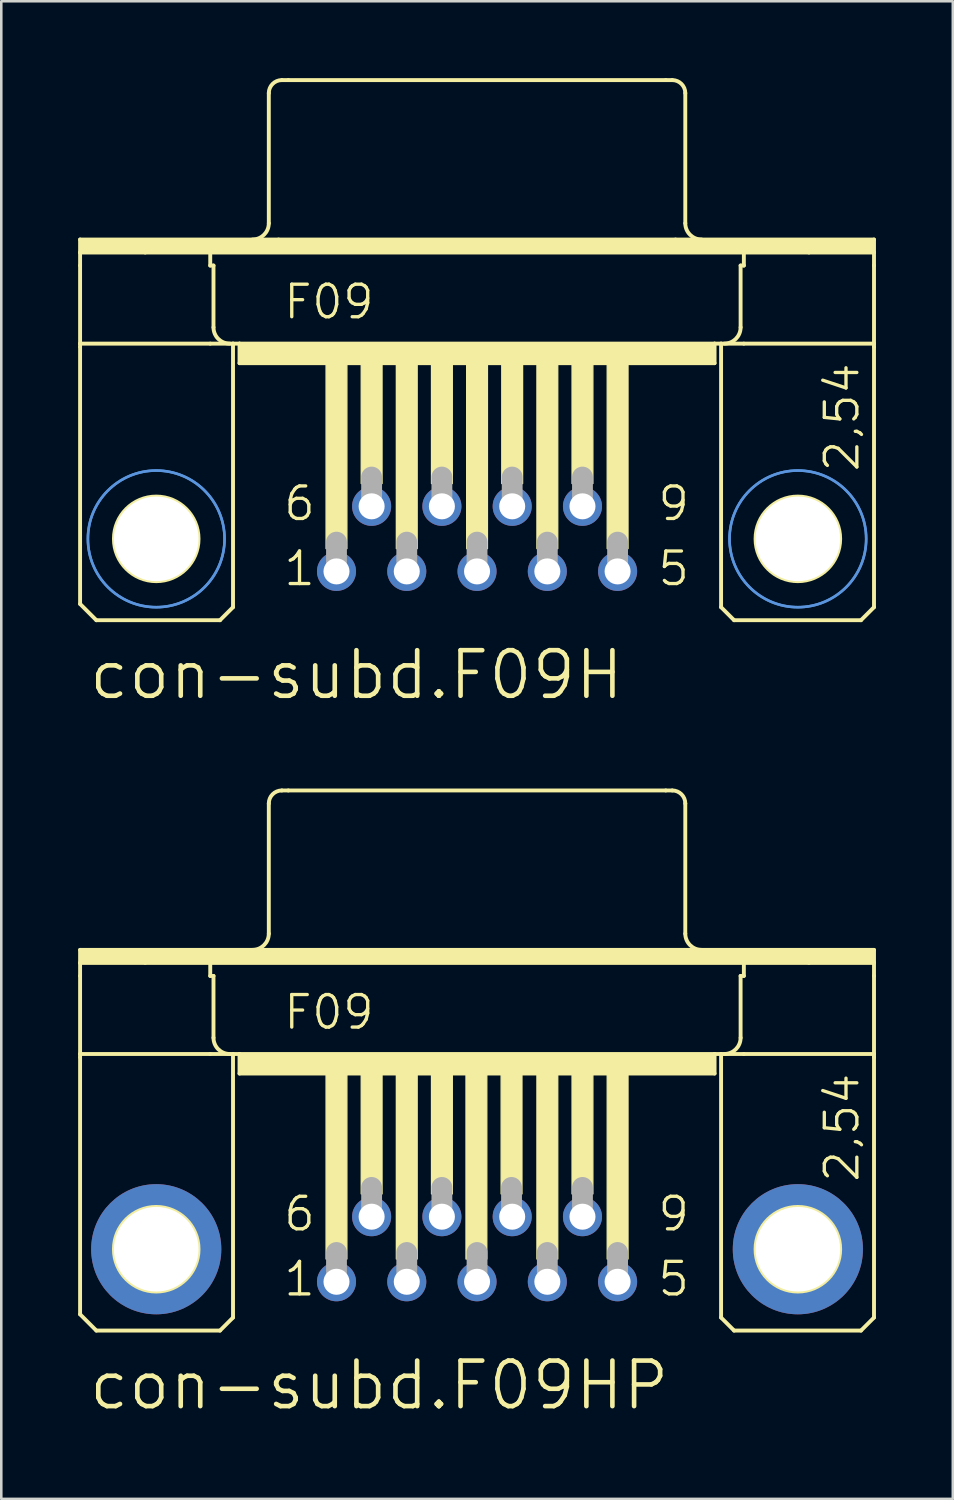
<source format=kicad_pcb>
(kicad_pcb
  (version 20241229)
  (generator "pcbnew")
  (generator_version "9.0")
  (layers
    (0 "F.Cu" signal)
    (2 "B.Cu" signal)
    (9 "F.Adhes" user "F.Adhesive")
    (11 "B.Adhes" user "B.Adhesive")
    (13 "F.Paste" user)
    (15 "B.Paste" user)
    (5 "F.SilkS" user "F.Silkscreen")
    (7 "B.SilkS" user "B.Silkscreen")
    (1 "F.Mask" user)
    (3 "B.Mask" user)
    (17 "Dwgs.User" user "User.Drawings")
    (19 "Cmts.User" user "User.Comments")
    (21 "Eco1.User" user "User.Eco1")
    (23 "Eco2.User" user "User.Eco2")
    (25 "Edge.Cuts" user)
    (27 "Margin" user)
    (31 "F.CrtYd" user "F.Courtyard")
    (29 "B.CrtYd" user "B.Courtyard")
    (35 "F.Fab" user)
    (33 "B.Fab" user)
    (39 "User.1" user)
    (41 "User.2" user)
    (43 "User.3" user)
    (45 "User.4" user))
  (footprint "con-subd.F09HP"
    (layer "F.Cu")
    (at 15.57 45.71)
    (property "Reference" "con-subd.F09HP" (at -15.24 6.35 0) (layer "F.SilkS") (effects (font (size 1.778 1.778) (thickness 0.18)) (justify left bottom)))
    (attr through_hole)
    (fp_line (start -15.494 -11.684) (end -7.747 -11.684) (stroke (width 0.152) (type default)) (layer "F.SilkS"))
    (fp_line (start -15.494 -11.176) (end -15.494 -11.684) (stroke (width 0.152) (type default)) (layer "F.SilkS"))
    (fp_line (start -15.494 -11.176) (end -12.954 -11.176) (stroke (width 0.152) (type default)) (layer "F.SilkS"))
    (fp_line (start -15.494 -10.668) (end -15.494 -11.176) (stroke (width 0.152) (type default)) (layer "F.SilkS"))
    (fp_line (start -15.494 -7.62) (end -15.494 -10.668) (stroke (width 0.152) (type default)) (layer "F.SilkS"))
    (fp_line (start -15.494 -7.62) (end -15.494 -7.493) (stroke (width 0.152) (type default)) (layer "F.SilkS"))
    (fp_line (start -15.494 -7.62) (end -10.414 -7.62) (stroke (width 0.152) (type default)) (layer "F.SilkS"))
    (fp_line (start -15.494 2.54) (end -15.494 -7.493) (stroke (width 0.152) (type default)) (layer "F.SilkS"))
    (fp_line (start -14.859 3.175) (end -15.494 2.54) (stroke (width 0.152) (type default)) (layer "F.SilkS"))
    (fp_line (start -12.954 -11.176) (end -10.414 -11.176) (stroke (width 0.152) (type default)) (layer "F.SilkS"))
    (fp_line (start -10.414 -11.176) (end 10.414 -11.176) (stroke (width 0.152) (type default)) (layer "F.SilkS"))
    (fp_line (start -10.414 -10.668) (end -10.414 -11.176) (stroke (width 0.152) (type default)) (layer "F.SilkS"))
    (fp_line (start -10.414 -10.668) (end -10.287 -10.668) (stroke (width 0.152) (type default)) (layer "F.SilkS"))
    (fp_line (start -10.414 -7.62) (end -9.525 -7.62) (stroke (width 0.152) (type default)) (layer "F.SilkS"))
    (fp_line (start -10.287 -8.255) (end -10.287 -10.668) (stroke (width 0.152) (type default)) (layer "F.SilkS"))
    (fp_line (start -10.033 3.175) (end -14.859 3.175) (stroke (width 0.152) (type default)) (layer "F.SilkS"))
    (fp_line (start -10.033 3.175) (end -9.525 2.667) (stroke (width 0.152) (type default)) (layer "F.SilkS"))
    (fp_line (start -9.525 -7.62) (end -9.271 -7.62) (stroke (width 0.152) (type default)) (layer "F.SilkS"))
    (fp_line (start -9.525 2.667) (end -9.525 -7.62) (stroke (width 0.152) (type default)) (layer "F.SilkS"))
    (fp_line (start -9.271 -7.62) (end -9.271 -6.858) (stroke (width 0.152) (type default)) (layer "F.SilkS"))
    (fp_line (start -9.271 -7.62) (end 9.271 -7.62) (stroke (width 0.152) (type default)) (layer "F.SilkS"))
    (fp_line (start -9.271 -6.858) (end 9.271 -6.858) (stroke (width 0.152) (type default)) (layer "F.SilkS"))
    (fp_line (start -8.128 -12.319) (end -8.128 -17.399) (stroke (width 0.152) (type default)) (layer "F.SilkS"))
    (fp_line (start -7.747 -11.684) (end 7.747 -11.684) (stroke (width 0.152) (type default)) (layer "F.SilkS"))
    (fp_line (start -7.62 -17.907) (end -7.366 -17.907) (stroke (width 0.152) (type default)) (layer "F.SilkS"))
    (fp_line (start -7.366 -17.907) (end 7.366 -17.907) (stroke (width 0.152) (type default)) (layer "F.SilkS"))
    (fp_line (start 7.366 -17.907) (end 7.62 -17.907) (stroke (width 0.152) (type default)) (layer "F.SilkS"))
    (fp_line (start 7.747 -11.684) (end 15.494 -11.684) (stroke (width 0.152) (type default)) (layer "F.SilkS"))
    (fp_line (start 8.128 -12.319) (end 8.128 -17.399) (stroke (width 0.152) (type default)) (layer "F.SilkS"))
    (fp_line (start 9.271 -7.62) (end 9.271 -6.858) (stroke (width 0.152) (type default)) (layer "F.SilkS"))
    (fp_line (start 9.271 -7.62) (end 9.525 -7.62) (stroke (width 0.152) (type default)) (layer "F.SilkS"))
    (fp_line (start 9.525 -7.62) (end 10.414 -7.62) (stroke (width 0.152) (type default)) (layer "F.SilkS"))
    (fp_line (start 9.525 2.667) (end 9.525 -7.62) (stroke (width 0.152) (type default)) (layer "F.SilkS"))
    (fp_line (start 9.525 2.667) (end 10.033 3.175) (stroke (width 0.152) (type default)) (layer "F.SilkS"))
    (fp_line (start 10.033 3.175) (end 14.986 3.175) (stroke (width 0.152) (type default)) (layer "F.SilkS"))
    (fp_line (start 10.287 -10.668) (end 10.414 -10.668) (stroke (width 0.152) (type default)) (layer "F.SilkS"))
    (fp_line (start 10.287 -8.255) (end 10.287 -10.668) (stroke (width 0.152) (type default)) (layer "F.SilkS"))
    (fp_line (start 10.414 -11.176) (end 12.954 -11.176) (stroke (width 0.152) (type default)) (layer "F.SilkS"))
    (fp_line (start 10.414 -10.668) (end 10.414 -11.176) (stroke (width 0.152) (type default)) (layer "F.SilkS"))
    (fp_line (start 10.414 -7.62) (end 15.494 -7.62) (stroke (width 0.152) (type default)) (layer "F.SilkS"))
    (fp_line (start 12.954 -11.176) (end 15.494 -11.176) (stroke (width 0.152) (type default)) (layer "F.SilkS"))
    (fp_line (start 14.986 3.175) (end 15.494 2.667) (stroke (width 0.152) (type default)) (layer "F.SilkS"))
    (fp_line (start 15.494 -11.684) (end 15.494 -11.176) (stroke (width 0.152) (type default)) (layer "F.SilkS"))
    (fp_line (start 15.494 -11.176) (end 15.494 -10.668) (stroke (width 0.152) (type default)) (layer "F.SilkS"))
    (fp_line (start 15.494 -10.668) (end 15.494 -7.62) (stroke (width 0.152) (type default)) (layer "F.SilkS"))
    (fp_line (start 15.494 -7.62) (end 15.494 -7.493) (stroke (width 0.152) (type default)) (layer "F.SilkS"))
    (fp_line (start 15.494 2.667) (end 15.494 -7.493) (stroke (width 0.152) (type default)) (layer "F.SilkS"))
    (fp_rect (start -15.494 -11.176) (end 15.494 -11.684) (stroke (width 0.05) (type default)) (fill yes) (layer "F.SilkS"))
    (fp_rect (start -9.271 -6.858) (end 9.271 -7.62) (stroke (width 0.05) (type default)) (fill yes) (layer "F.SilkS"))
    (fp_rect (start -5.893 0.381) (end -5.08 -6.858) (stroke (width 0.05) (type default)) (fill yes) (layer "F.SilkS"))
    (fp_rect (start -4.521 -2.159) (end -3.708 -6.858) (stroke (width 0.05) (type default)) (fill yes) (layer "F.SilkS"))
    (fp_rect (start -3.15 0.381) (end -2.337 -6.858) (stroke (width 0.05) (type default)) (fill yes) (layer "F.SilkS"))
    (fp_rect (start -1.778 -2.159) (end -0.965 -6.858) (stroke (width 0.05) (type default)) (fill yes) (layer "F.SilkS"))
    (fp_rect (start -0.432 0.381) (end 0.381 -6.858) (stroke (width 0.05) (type default)) (fill yes) (layer "F.SilkS"))
    (fp_rect (start 0.94 -2.159) (end 1.753 -6.858) (stroke (width 0.05) (type default)) (fill yes) (layer "F.SilkS"))
    (fp_rect (start 2.337 0.381) (end 3.15 -6.858) (stroke (width 0.05) (type default)) (fill yes) (layer "F.SilkS"))
    (fp_rect (start 3.708 -2.159) (end 4.521 -6.858) (stroke (width 0.05) (type default)) (fill yes) (layer "F.SilkS"))
    (fp_rect (start 5.08 0.381) (end 5.893 -6.858) (stroke (width 0.05) (type default)) (fill yes) (layer "F.SilkS"))
    (fp_arc (start -9.652 -7.62) (mid -10.101013 -7.805987) (end -10.287 -8.255) (stroke (width 0.1524) (type default)) (layer "F.SilkS"))
    (fp_arc (start -8.128 -17.399) (mid -7.97921 -17.75821) (end -7.62 -17.907) (stroke (width 0.1524) (type default)) (layer "F.SilkS"))
    (fp_arc (start -8.128 -12.319) (mid -8.313987 -11.869987) (end -8.763 -11.684) (stroke (width 0.1524) (type default)) (layer "F.SilkS"))
    (fp_arc (start 7.62 -17.907) (mid 7.97921 -17.75821) (end 8.128 -17.399) (stroke (width 0.1524) (type default)) (layer "F.SilkS"))
    (fp_arc (start 8.763 -11.684) (mid 8.313987 -11.869987) (end 8.128 -12.319) (stroke (width 0.1524) (type default)) (layer "F.SilkS"))
    (fp_arc (start 10.287 -8.255) (mid 10.101013 -7.805987) (end 9.652 -7.62) (stroke (width 0.1524) (type default)) (layer "F.SilkS"))
    (fp_circle (center -12.522 0) (end -10.871 0) (stroke (width 0.152) (type default)) (fill no) (layer "F.SilkS"))
    (fp_circle (center 12.522 0) (end 14.173 0) (stroke (width 0.152) (type default)) (fill no) (layer "F.SilkS"))
    (fp_line (start -5.486 1.143) (end -5.486 0.127) (stroke (width 0.813) (type default)) (layer "F.Fab"))
    (fp_line (start -4.115 -1.397) (end -4.115 -2.413) (stroke (width 0.813) (type default)) (layer "F.Fab"))
    (fp_line (start -2.743 1.143) (end -2.743 0.127) (stroke (width 0.813) (type default)) (layer "F.Fab"))
    (fp_line (start -1.372 -1.397) (end -1.372 -2.413) (stroke (width 0.813) (type default)) (layer "F.Fab"))
    (fp_line (start 0 1.143) (end 0 0.127) (stroke (width 0.813) (type default)) (layer "F.Fab"))
    (fp_line (start 1.346 -1.397) (end 1.346 -2.413) (stroke (width 0.813) (type default)) (layer "F.Fab"))
    (fp_line (start 2.743 1.143) (end 2.743 0.127) (stroke (width 0.813) (type default)) (layer "F.Fab"))
    (fp_line (start 4.115 -1.397) (end 4.115 -2.413) (stroke (width 0.813) (type default)) (layer "F.Fab"))
    (fp_line (start 5.486 1.143) (end 5.486 0.127) (stroke (width 0.813) (type default)) (layer "F.Fab"))
    (fp_text user "9" (at 6.985 -0.635 0) (layer "F.SilkS") (effects (font (size 1.27 1.27) (thickness 0.13)) (justify left bottom)))
    (fp_text user "6" (at -7.62 -0.635 0) (layer "F.SilkS") (effects (font (size 1.27 1.27) (thickness 0.13)) (justify left bottom)))
    (fp_text user "1" (at -7.62 1.905 0) (layer "F.SilkS") (effects (font (size 1.27 1.27) (thickness 0.13)) (justify left bottom)))
    (fp_text user "5" (at 6.985 1.905 0) (layer "F.SilkS") (effects (font (size 1.27 1.27) (thickness 0.13)) (justify left bottom)))
    (fp_text user "2,54" (at 14.986 -2.54 90) (layer "F.SilkS") (effects (font (size 1.27 1.27) (thickness 0.13)) (justify left bottom)))
    (fp_text user "F09" (at -7.62 -8.509 0) (layer "F.SilkS") (effects (font (size 1.27 1.27) (thickness 0.13)) (justify left bottom)))
    (pad "1" thru_hole circle (at -5.486 1.27) (size 1.524 1.524) (drill 1.016) (layers "*.Cu" "*.Mask"))
    (pad "2" thru_hole circle (at -2.743 1.27) (size 1.524 1.524) (drill 1.016) (layers "*.Cu" "*.Mask"))
    (pad "3" thru_hole circle (at 0 1.27) (size 1.524 1.524) (drill 1.016) (layers "*.Cu" "*.Mask"))
    (pad "4" thru_hole circle (at 2.743 1.27) (size 1.524 1.524) (drill 1.016) (layers "*.Cu" "*.Mask"))
    (pad "5" thru_hole circle (at 5.486 1.27) (size 1.524 1.524) (drill 1.016) (layers "*.Cu" "*.Mask"))
    (pad "6" thru_hole circle (at -4.115 -1.27) (size 1.524 1.524) (drill 1.016) (layers "*.Cu" "*.Mask"))
    (pad "7" thru_hole circle (at -1.372 -1.27) (size 1.524 1.524) (drill 1.016) (layers "*.Cu" "*.Mask"))
    (pad "8" thru_hole circle (at 1.372 -1.27) (size 1.524 1.524) (drill 1.016) (layers "*.Cu" "*.Mask"))
    (pad "9" thru_hole circle (at 4.115 -1.27) (size 1.524 1.524) (drill 1.016) (layers "*.Cu" "*.Mask"))
    (pad "G1" thru_hole circle (at -12.522 0) (size 5.08 5.08) (drill 3.302) (layers "*.Cu" "*.Mask"))
    (pad "G2" thru_hole circle (at 12.522 0) (size 5.08 5.08) (drill 3.302) (layers "*.Cu" "*.Mask")))
  (footprint "con-subd.F09H"
    (layer "F.Cu")
    (at 15.57 17.983)
    (property "Reference" "con-subd.F09H" (at -15.24 6.35 0) (layer "F.SilkS") (effects (font (size 1.778 1.778) (thickness 0.18)) (justify left bottom)))
    (attr through_hole)
    (fp_line (start -15.494 -11.684) (end -7.747 -11.684) (stroke (width 0.152) (type default)) (layer "F.SilkS"))
    (fp_line (start -15.494 -11.176) (end -15.494 -11.684) (stroke (width 0.152) (type default)) (layer "F.SilkS"))
    (fp_line (start -15.494 -11.176) (end -12.954 -11.176) (stroke (width 0.152) (type default)) (layer "F.SilkS"))
    (fp_line (start -15.494 -10.668) (end -15.494 -11.176) (stroke (width 0.152) (type default)) (layer "F.SilkS"))
    (fp_line (start -15.494 -7.62) (end -15.494 -10.668) (stroke (width 0.152) (type default)) (layer "F.SilkS"))
    (fp_line (start -15.494 -7.62) (end -15.494 -7.493) (stroke (width 0.152) (type default)) (layer "F.SilkS"))
    (fp_line (start -15.494 -7.62) (end -10.414 -7.62) (stroke (width 0.152) (type default)) (layer "F.SilkS"))
    (fp_line (start -15.494 2.54) (end -15.494 -7.493) (stroke (width 0.152) (type default)) (layer "F.SilkS"))
    (fp_line (start -14.859 3.175) (end -15.494 2.54) (stroke (width 0.152) (type default)) (layer "F.SilkS"))
    (fp_line (start -12.954 -11.176) (end -10.414 -11.176) (stroke (width 0.152) (type default)) (layer "F.SilkS"))
    (fp_line (start -10.414 -11.176) (end 10.414 -11.176) (stroke (width 0.152) (type default)) (layer "F.SilkS"))
    (fp_line (start -10.414 -10.668) (end -10.414 -11.176) (stroke (width 0.152) (type default)) (layer "F.SilkS"))
    (fp_line (start -10.414 -10.668) (end -10.287 -10.668) (stroke (width 0.152) (type default)) (layer "F.SilkS"))
    (fp_line (start -10.414 -7.62) (end -9.525 -7.62) (stroke (width 0.152) (type default)) (layer "F.SilkS"))
    (fp_line (start -10.287 -8.255) (end -10.287 -10.668) (stroke (width 0.152) (type default)) (layer "F.SilkS"))
    (fp_line (start -10.033 3.175) (end -14.859 3.175) (stroke (width 0.152) (type default)) (layer "F.SilkS"))
    (fp_line (start -10.033 3.175) (end -9.525 2.667) (stroke (width 0.152) (type default)) (layer "F.SilkS"))
    (fp_line (start -9.525 -7.62) (end -9.271 -7.62) (stroke (width 0.152) (type default)) (layer "F.SilkS"))
    (fp_line (start -9.525 2.667) (end -9.525 -7.62) (stroke (width 0.152) (type default)) (layer "F.SilkS"))
    (fp_line (start -9.271 -7.62) (end -9.271 -6.858) (stroke (width 0.152) (type default)) (layer "F.SilkS"))
    (fp_line (start -9.271 -7.62) (end 9.271 -7.62) (stroke (width 0.152) (type default)) (layer "F.SilkS"))
    (fp_line (start -9.271 -6.858) (end 9.271 -6.858) (stroke (width 0.152) (type default)) (layer "F.SilkS"))
    (fp_line (start -8.128 -12.319) (end -8.128 -17.399) (stroke (width 0.152) (type default)) (layer "F.SilkS"))
    (fp_line (start -7.62 -17.907) (end -7.366 -17.907) (stroke (width 0.152) (type default)) (layer "F.SilkS"))
    (fp_line (start -7.366 -17.907) (end 7.366 -17.907) (stroke (width 0.152) (type default)) (layer "F.SilkS"))
    (fp_line (start 7.366 -17.907) (end 7.62 -17.907) (stroke (width 0.152) (type default)) (layer "F.SilkS"))
    (fp_line (start 7.747 -11.684) (end -7.747 -11.684) (stroke (width 0.152) (type default)) (layer "F.SilkS"))
    (fp_line (start 7.747 -11.684) (end 15.494 -11.684) (stroke (width 0.152) (type default)) (layer "F.SilkS"))
    (fp_line (start 8.128 -12.319) (end 8.128 -17.399) (stroke (width 0.152) (type default)) (layer "F.SilkS"))
    (fp_line (start 9.271 -7.62) (end 9.271 -6.858) (stroke (width 0.152) (type default)) (layer "F.SilkS"))
    (fp_line (start 9.271 -7.62) (end 9.525 -7.62) (stroke (width 0.152) (type default)) (layer "F.SilkS"))
    (fp_line (start 9.525 -7.62) (end 10.414 -7.62) (stroke (width 0.152) (type default)) (layer "F.SilkS"))
    (fp_line (start 9.525 2.667) (end 9.525 -7.62) (stroke (width 0.152) (type default)) (layer "F.SilkS"))
    (fp_line (start 9.525 2.667) (end 10.033 3.175) (stroke (width 0.152) (type default)) (layer "F.SilkS"))
    (fp_line (start 10.033 3.175) (end 14.986 3.175) (stroke (width 0.152) (type default)) (layer "F.SilkS"))
    (fp_line (start 10.287 -10.668) (end 10.414 -10.668) (stroke (width 0.152) (type default)) (layer "F.SilkS"))
    (fp_line (start 10.287 -8.255) (end 10.287 -10.668) (stroke (width 0.152) (type default)) (layer "F.SilkS"))
    (fp_line (start 10.414 -11.176) (end 12.954 -11.176) (stroke (width 0.152) (type default)) (layer "F.SilkS"))
    (fp_line (start 10.414 -10.668) (end 10.414 -11.176) (stroke (width 0.152) (type default)) (layer "F.SilkS"))
    (fp_line (start 10.414 -7.62) (end 15.494 -7.62) (stroke (width 0.152) (type default)) (layer "F.SilkS"))
    (fp_line (start 12.954 -11.176) (end 15.494 -11.176) (stroke (width 0.152) (type default)) (layer "F.SilkS"))
    (fp_line (start 14.986 3.175) (end 15.494 2.667) (stroke (width 0.152) (type default)) (layer "F.SilkS"))
    (fp_line (start 15.494 -11.684) (end 15.494 -11.176) (stroke (width 0.152) (type default)) (layer "F.SilkS"))
    (fp_line (start 15.494 -11.176) (end 15.494 -10.668) (stroke (width 0.152) (type default)) (layer "F.SilkS"))
    (fp_line (start 15.494 -10.668) (end 15.494 -7.62) (stroke (width 0.152) (type default)) (layer "F.SilkS"))
    (fp_line (start 15.494 -7.62) (end 15.494 -7.493) (stroke (width 0.152) (type default)) (layer "F.SilkS"))
    (fp_line (start 15.494 2.667) (end 15.494 -7.493) (stroke (width 0.152) (type default)) (layer "F.SilkS"))
    (fp_rect (start -15.494 -11.176) (end 15.494 -11.684) (stroke (width 0.05) (type default)) (fill yes) (layer "F.SilkS"))
    (fp_rect (start -9.271 -6.858) (end 9.271 -7.62) (stroke (width 0.05) (type default)) (fill yes) (layer "F.SilkS"))
    (fp_rect (start -5.893 0.381) (end -5.08 -6.858) (stroke (width 0.05) (type default)) (fill yes) (layer "F.SilkS"))
    (fp_rect (start -4.521 -2.159) (end -3.708 -6.858) (stroke (width 0.05) (type default)) (fill yes) (layer "F.SilkS"))
    (fp_rect (start -3.15 0.381) (end -2.337 -6.858) (stroke (width 0.05) (type default)) (fill yes) (layer "F.SilkS"))
    (fp_rect (start -1.778 -2.159) (end -0.965 -6.858) (stroke (width 0.05) (type default)) (fill yes) (layer "F.SilkS"))
    (fp_rect (start -0.406 0.381) (end 0.406 -6.858) (stroke (width 0.05) (type default)) (fill yes) (layer "F.SilkS"))
    (fp_rect (start 0.965 -2.159) (end 1.778 -6.858) (stroke (width 0.05) (type default)) (fill yes) (layer "F.SilkS"))
    (fp_rect (start 2.337 0.381) (end 3.15 -6.858) (stroke (width 0.05) (type default)) (fill yes) (layer "F.SilkS"))
    (fp_rect (start 3.708 -2.159) (end 4.521 -6.858) (stroke (width 0.05) (type default)) (fill yes) (layer "F.SilkS"))
    (fp_rect (start 5.08 0.381) (end 5.893 -6.858) (stroke (width 0.05) (type default)) (fill yes) (layer "F.SilkS"))
    (fp_arc (start -9.652 -7.62) (mid -10.101013 -7.805987) (end -10.287 -8.255) (stroke (width 0.1524) (type default)) (layer "F.SilkS"))
    (fp_arc (start -8.128 -17.399) (mid -7.97921 -17.75821) (end -7.62 -17.907) (stroke (width 0.1524) (type default)) (layer "F.SilkS"))
    (fp_arc (start -8.128 -12.319) (mid -8.313987 -11.869987) (end -8.763 -11.684) (stroke (width 0.1524) (type default)) (layer "F.SilkS"))
    (fp_arc (start 7.62 -17.907) (mid 7.97921 -17.75821) (end 8.128 -17.399) (stroke (width 0.1524) (type default)) (layer "F.SilkS"))
    (fp_arc (start 8.763 -11.684) (mid 8.313987 -11.869987) (end 8.128 -12.319) (stroke (width 0.1524) (type default)) (layer "F.SilkS"))
    (fp_arc (start 10.287 -8.255) (mid 10.101013 -7.805987) (end 9.652 -7.62) (stroke (width 0.1524) (type default)) (layer "F.SilkS"))
    (fp_circle (center -12.522 0) (end -10.871 0) (stroke (width 0.152) (type default)) (fill no) (layer "F.SilkS"))
    (fp_circle (center 12.522 0) (end 14.173 0) (stroke (width 0.152) (type default)) (fill no) (layer "F.SilkS"))
    (fp_circle (center -12.522 0) (end -9.855 0) (stroke (width 0.1) (type default)) (fill no) (layer "Cmts.User"))
    (fp_circle (center -12.522 0) (end -9.855 0) (stroke (width 0.1) (type default)) (fill no) (layer "Cmts.User"))
    (fp_circle (center 12.522 0) (end 15.189 0) (stroke (width 0.1) (type default)) (fill no) (layer "Cmts.User"))
    (fp_circle (center 12.522 0) (end 15.189 0) (stroke (width 0.1) (type default)) (fill no) (layer "Cmts.User"))
    (fp_line (start -5.486 1.143) (end -5.486 0.127) (stroke (width 0.813) (type default)) (layer "F.Fab"))
    (fp_line (start -4.115 -1.397) (end -4.115 -2.413) (stroke (width 0.813) (type default)) (layer "F.Fab"))
    (fp_line (start -2.743 1.143) (end -2.743 0.127) (stroke (width 0.813) (type default)) (layer "F.Fab"))
    (fp_line (start -1.372 -1.397) (end -1.372 -2.413) (stroke (width 0.813) (type default)) (layer "F.Fab"))
    (fp_line (start 0 1.143) (end 0 0.127) (stroke (width 0.813) (type default)) (layer "F.Fab"))
    (fp_line (start 1.372 -1.397) (end 1.372 -2.413) (stroke (width 0.813) (type default)) (layer "F.Fab"))
    (fp_line (start 2.743 1.143) (end 2.743 0.127) (stroke (width 0.813) (type default)) (layer "F.Fab"))
    (fp_line (start 4.115 -1.397) (end 4.115 -2.413) (stroke (width 0.813) (type default)) (layer "F.Fab"))
    (fp_line (start 5.486 1.143) (end 5.486 0.127) (stroke (width 0.813) (type default)) (layer "F.Fab"))
    (fp_text user "9" (at 6.985 -0.635 0) (layer "F.SilkS") (effects (font (size 1.27 1.27) (thickness 0.13)) (justify left bottom)))
    (fp_text user "1" (at -7.62 1.905 0) (layer "F.SilkS") (effects (font (size 1.27 1.27) (thickness 0.13)) (justify left bottom)))
    (fp_text user "2,54" (at 14.986 -2.54 90) (layer "F.SilkS") (effects (font (size 1.27 1.27) (thickness 0.13)) (justify left bottom)))
    (fp_text user "5" (at 6.985 1.905 0) (layer "F.SilkS") (effects (font (size 1.27 1.27) (thickness 0.13)) (justify left bottom)))
    (fp_text user "6" (at -7.62 -0.635 0) (layer "F.SilkS") (effects (font (size 1.27 1.27) (thickness 0.13)) (justify left bottom)))
    (fp_text user "F09" (at -7.62 -8.509 0) (layer "F.SilkS") (effects (font (size 1.27 1.27) (thickness 0.13)) (justify left bottom)))
    (pad "" np_thru_hole circle (at -12.522 0) (size 3.302 3.302) (drill 3.302) (layers "*.Cu" "*.Mask"))
    (pad "" np_thru_hole circle (at 12.522 0) (size 3.302 3.302) (drill 3.302) (layers "*.Cu" "*.Mask"))
    (pad "1" thru_hole circle (at -5.486 1.27) (size 1.524 1.524) (drill 1.016) (layers "*.Cu" "*.Mask"))
    (pad "2" thru_hole circle (at -2.743 1.27) (size 1.524 1.524) (drill 1.016) (layers "*.Cu" "*.Mask"))
    (pad "3" thru_hole circle (at 0 1.27) (size 1.524 1.524) (drill 1.016) (layers "*.Cu" "*.Mask"))
    (pad "4" thru_hole circle (at 2.743 1.27) (size 1.524 1.524) (drill 1.016) (layers "*.Cu" "*.Mask"))
    (pad "5" thru_hole circle (at 5.486 1.27) (size 1.524 1.524) (drill 1.016) (layers "*.Cu" "*.Mask"))
    (pad "6" thru_hole circle (at -4.115 -1.27) (size 1.524 1.524) (drill 1.016) (layers "*.Cu" "*.Mask"))
    (pad "7" thru_hole circle (at -1.372 -1.27) (size 1.524 1.524) (drill 1.016) (layers "*.Cu" "*.Mask"))
    (pad "8" thru_hole circle (at 1.372 -1.27) (size 1.524 1.524) (drill 1.016) (layers "*.Cu" "*.Mask"))
    (pad "9" thru_hole circle (at 4.115 -1.27) (size 1.524 1.524) (drill 1.016) (layers "*.Cu" "*.Mask")))
  (gr_rect
    (start -3 -3)
    (end 34.14 55.455)
    (stroke (width 0.1) (type default))
    (fill no)
    (layer "Edge.Cuts")))
</source>
